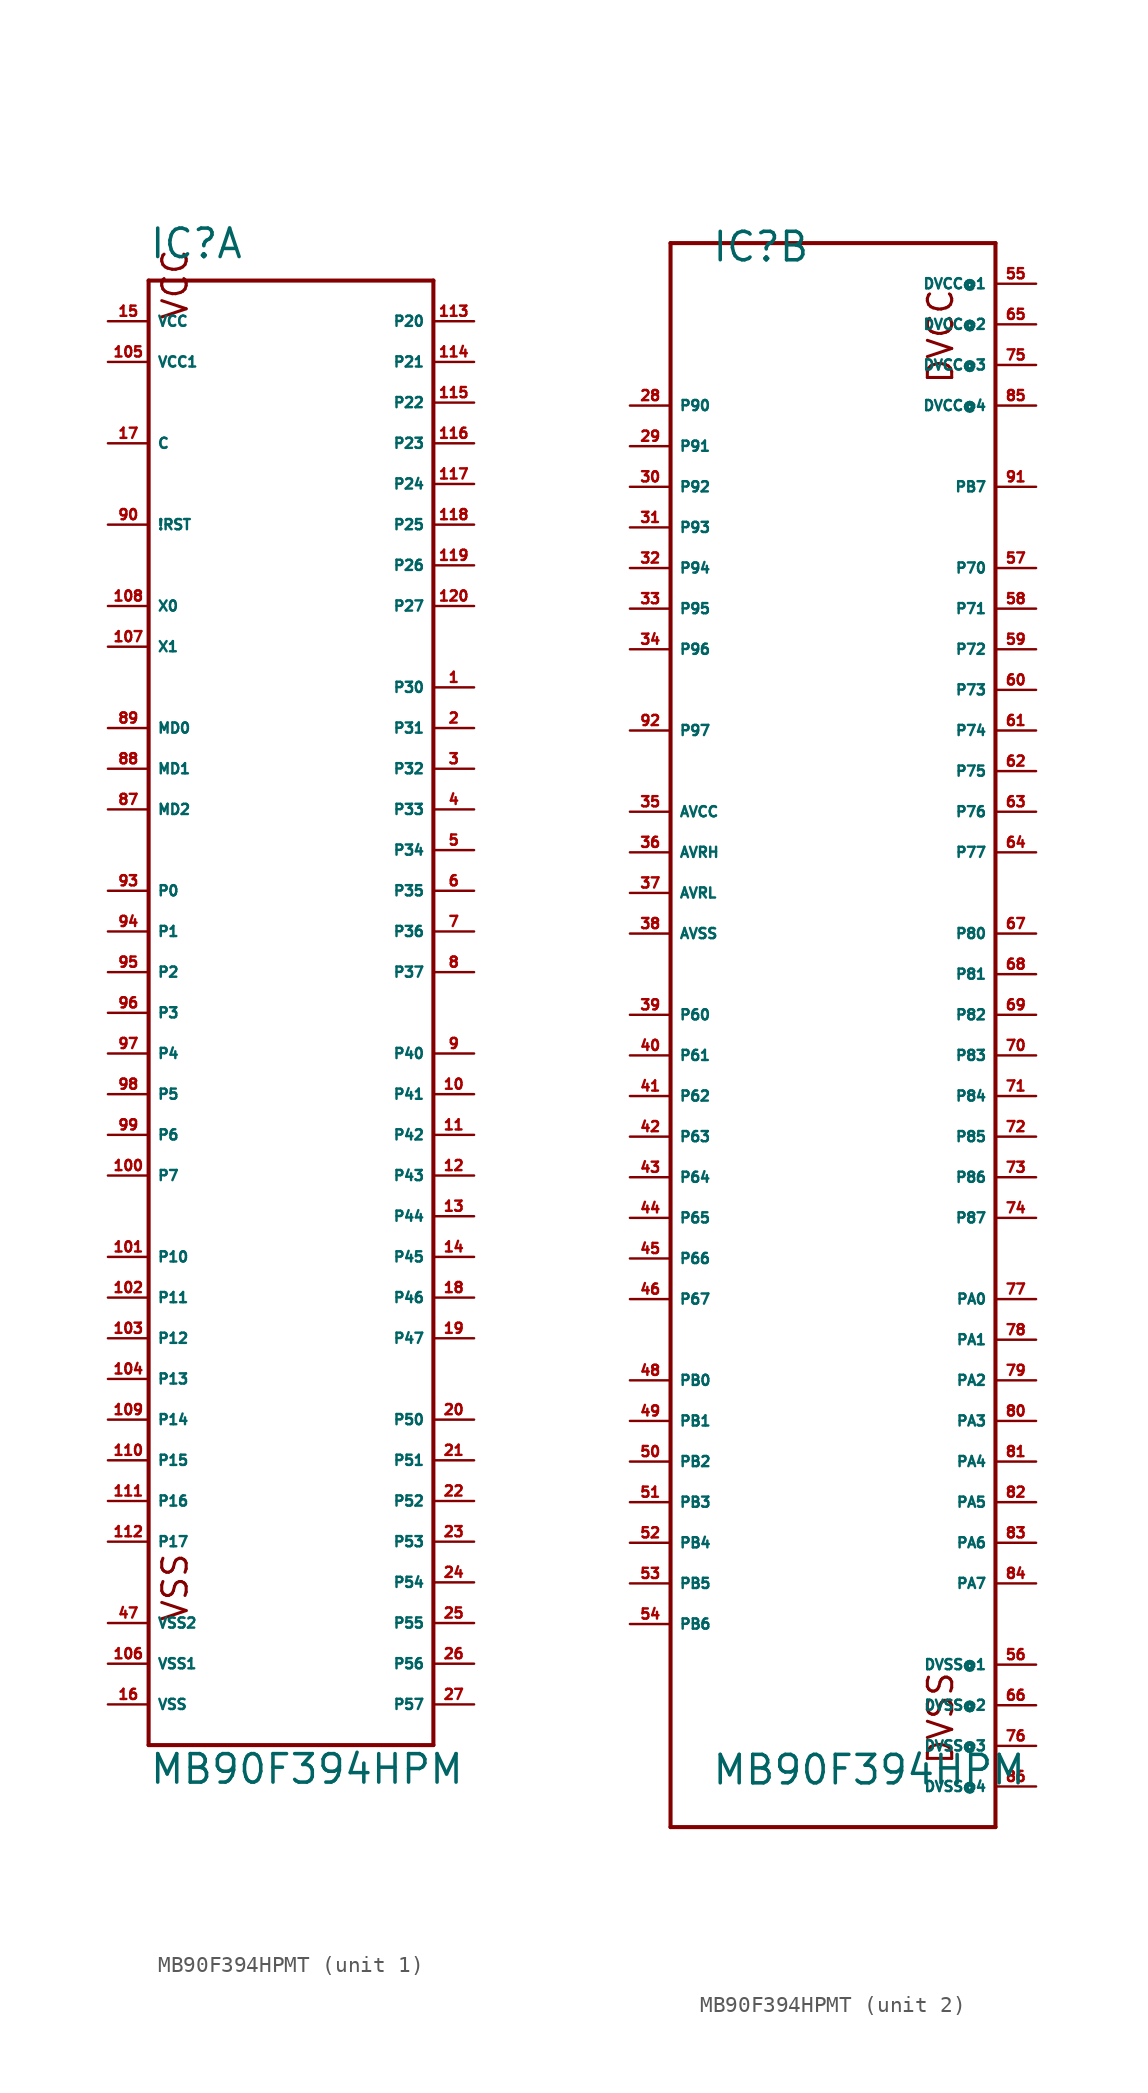
<source format=kicad_sym>
(kicad_symbol_lib
  (version 20220914)
  (generator Eagle2Kicad)
  (symbol "MB90F394HPMT"
    (property "Reference" "IC"
      (at -7.62 46.99 0)
      (effects (font (size 1.778 1.778) (thickness 0.22)) (justify left bottom)))
    (property "Value" "MB90F394HPM"
      (at -7.62 -48.26 0)
      (effects (font (size 1.778 1.778) (thickness 0.22)) (justify left bottom)))
    (symbol "MB90F394HPMT_1_0"
      (polyline (pts (xy -7.62 45.72) (xy -7.62 -45.72)) (stroke (width 0.254) (type default)) (fill (type none)))
      (polyline (pts (xy -7.62 -45.72) (xy 10.16 -45.72)) (stroke (width 0.254) (type default)) (fill (type none)))
      (polyline (pts (xy 10.16 -45.72) (xy 10.16 45.72)) (stroke (width 0.254) (type default)) (fill (type none)))
      (polyline (pts (xy 10.16 45.72) (xy -7.62 45.72)) (stroke (width 0.254) (type default)) (fill (type none)))
      (text "VCC" (at -5.08 43.18 2700) (effects (font (size 1.524 1.524) (thickness 0.19)) (justify left bottom)))
      (text "VSS" (at -5.08 -38.1 2700) (effects (font (size 1.524 1.524) (thickness 0.19)) (justify left bottom)))
      (pin bidirectional line (at -10.16 -15.24 0) (length 2.54) (name "P10" (effects (font (size 0.635 0.635) (thickness 0.08)) (justify left bottom))) (number "101" (effects (font (size 0.635 0.635) (thickness 0.08)) (justify left bottom))))
      (pin bidirectional line (at -10.16 -17.78 0) (length 2.54) (name "P11" (effects (font (size 0.635 0.635) (thickness 0.08)) (justify left bottom))) (number "102" (effects (font (size 0.635 0.635) (thickness 0.08)) (justify left bottom))))
      (pin bidirectional line (at -10.16 -20.32 0) (length 2.54) (name "P12" (effects (font (size 0.635 0.635) (thickness 0.08)) (justify left bottom))) (number "103" (effects (font (size 0.635 0.635) (thickness 0.08)) (justify left bottom))))
      (pin bidirectional line (at -10.16 -22.86 0) (length 2.54) (name "P13" (effects (font (size 0.635 0.635) (thickness 0.08)) (justify left bottom))) (number "104" (effects (font (size 0.635 0.635) (thickness 0.08)) (justify left bottom))))
      (pin bidirectional line (at -10.16 -25.4 0) (length 2.54) (name "P14" (effects (font (size 0.635 0.635) (thickness 0.08)) (justify left bottom))) (number "109" (effects (font (size 0.635 0.635) (thickness 0.08)) (justify left bottom))))
      (pin bidirectional line (at -10.16 -27.94 0) (length 2.54) (name "P15" (effects (font (size 0.635 0.635) (thickness 0.08)) (justify left bottom))) (number "110" (effects (font (size 0.635 0.635) (thickness 0.08)) (justify left bottom))))
      (pin bidirectional line (at -10.16 -30.48 0) (length 2.54) (name "P16" (effects (font (size 0.635 0.635) (thickness 0.08)) (justify left bottom))) (number "111" (effects (font (size 0.635 0.635) (thickness 0.08)) (justify left bottom))))
      (pin bidirectional line (at -10.16 -33.02 0) (length 2.54) (name "P17" (effects (font (size 0.635 0.635) (thickness 0.08)) (justify left bottom))) (number "112" (effects (font (size 0.635 0.635) (thickness 0.08)) (justify left bottom))))
      (pin bidirectional line (at 12.7 43.18 180) (length 2.54) (name "P20" (effects (font (size 0.635 0.635) (thickness 0.08)) (justify left bottom))) (number "113" (effects (font (size 0.635 0.635) (thickness 0.08)) (justify left bottom))))
      (pin bidirectional line (at 12.7 40.64 180) (length 2.54) (name "P21" (effects (font (size 0.635 0.635) (thickness 0.08)) (justify left bottom))) (number "114" (effects (font (size 0.635 0.635) (thickness 0.08)) (justify left bottom))))
      (pin bidirectional line (at 12.7 38.1 180) (length 2.54) (name "P22" (effects (font (size 0.635 0.635) (thickness 0.08)) (justify left bottom))) (number "115" (effects (font (size 0.635 0.635) (thickness 0.08)) (justify left bottom))))
      (pin bidirectional line (at 12.7 35.56 180) (length 2.54) (name "P23" (effects (font (size 0.635 0.635) (thickness 0.08)) (justify left bottom))) (number "116" (effects (font (size 0.635 0.635) (thickness 0.08)) (justify left bottom))))
      (pin bidirectional line (at 12.7 33.02 180) (length 2.54) (name "P24" (effects (font (size 0.635 0.635) (thickness 0.08)) (justify left bottom))) (number "117" (effects (font (size 0.635 0.635) (thickness 0.08)) (justify left bottom))))
      (pin bidirectional line (at 12.7 30.48 180) (length 2.54) (name "P25" (effects (font (size 0.635 0.635) (thickness 0.08)) (justify left bottom))) (number "118" (effects (font (size 0.635 0.635) (thickness 0.08)) (justify left bottom))))
      (pin bidirectional line (at 12.7 27.94 180) (length 2.54) (name "P26" (effects (font (size 0.635 0.635) (thickness 0.08)) (justify left bottom))) (number "119" (effects (font (size 0.635 0.635) (thickness 0.08)) (justify left bottom))))
      (pin bidirectional line (at 12.7 25.4 180) (length 2.54) (name "P27" (effects (font (size 0.635 0.635) (thickness 0.08)) (justify left bottom))) (number "120" (effects (font (size 0.635 0.635) (thickness 0.08)) (justify left bottom))))
      (pin bidirectional line (at 12.7 20.32 180) (length 2.54) (name "P30" (effects (font (size 0.635 0.635) (thickness 0.08)) (justify left bottom))) (number "1" (effects (font (size 0.635 0.635) (thickness 0.08)) (justify left bottom))))
      (pin bidirectional line (at 12.7 17.78 180) (length 2.54) (name "P31" (effects (font (size 0.635 0.635) (thickness 0.08)) (justify left bottom))) (number "2" (effects (font (size 0.635 0.635) (thickness 0.08)) (justify left bottom))))
      (pin bidirectional line (at 12.7 15.24 180) (length 2.54) (name "P32" (effects (font (size 0.635 0.635) (thickness 0.08)) (justify left bottom))) (number "3" (effects (font (size 0.635 0.635) (thickness 0.08)) (justify left bottom))))
      (pin bidirectional line (at 12.7 12.7 180) (length 2.54) (name "P33" (effects (font (size 0.635 0.635) (thickness 0.08)) (justify left bottom))) (number "4" (effects (font (size 0.635 0.635) (thickness 0.08)) (justify left bottom))))
      (pin bidirectional line (at 12.7 10.16 180) (length 2.54) (name "P34" (effects (font (size 0.635 0.635) (thickness 0.08)) (justify left bottom))) (number "5" (effects (font (size 0.635 0.635) (thickness 0.08)) (justify left bottom))))
      (pin bidirectional line (at 12.7 7.62 180) (length 2.54) (name "P35" (effects (font (size 0.635 0.635) (thickness 0.08)) (justify left bottom))) (number "6" (effects (font (size 0.635 0.635) (thickness 0.08)) (justify left bottom))))
      (pin bidirectional line (at 12.7 5.08 180) (length 2.54) (name "P36" (effects (font (size 0.635 0.635) (thickness 0.08)) (justify left bottom))) (number "7" (effects (font (size 0.635 0.635) (thickness 0.08)) (justify left bottom))))
      (pin bidirectional line (at 12.7 2.54 180) (length 2.54) (name "P37" (effects (font (size 0.635 0.635) (thickness 0.08)) (justify left bottom))) (number "8" (effects (font (size 0.635 0.635) (thickness 0.08)) (justify left bottom))))
      (pin bidirectional line (at 12.7 -2.54 180) (length 2.54) (name "P40" (effects (font (size 0.635 0.635) (thickness 0.08)) (justify left bottom))) (number "9" (effects (font (size 0.635 0.635) (thickness 0.08)) (justify left bottom))))
      (pin bidirectional line (at 12.7 -5.08 180) (length 2.54) (name "P41" (effects (font (size 0.635 0.635) (thickness 0.08)) (justify left bottom))) (number "10" (effects (font (size 0.635 0.635) (thickness 0.08)) (justify left bottom))))
      (pin bidirectional line (at 12.7 -7.62 180) (length 2.54) (name "P42" (effects (font (size 0.635 0.635) (thickness 0.08)) (justify left bottom))) (number "11" (effects (font (size 0.635 0.635) (thickness 0.08)) (justify left bottom))))
      (pin bidirectional line (at 12.7 -10.16 180) (length 2.54) (name "P43" (effects (font (size 0.635 0.635) (thickness 0.08)) (justify left bottom))) (number "12" (effects (font (size 0.635 0.635) (thickness 0.08)) (justify left bottom))))
      (pin bidirectional line (at 12.7 -12.7 180) (length 2.54) (name "P44" (effects (font (size 0.635 0.635) (thickness 0.08)) (justify left bottom))) (number "13" (effects (font (size 0.635 0.635) (thickness 0.08)) (justify left bottom))))
      (pin bidirectional line (at 12.7 -15.24 180) (length 2.54) (name "P45" (effects (font (size 0.635 0.635) (thickness 0.08)) (justify left bottom))) (number "14" (effects (font (size 0.635 0.635) (thickness 0.08)) (justify left bottom))))
      (pin bidirectional line (at 12.7 -17.78 180) (length 2.54) (name "P46" (effects (font (size 0.635 0.635) (thickness 0.08)) (justify left bottom))) (number "18" (effects (font (size 0.635 0.635) (thickness 0.08)) (justify left bottom))))
      (pin bidirectional line (at 12.7 -20.32 180) (length 2.54) (name "P47" (effects (font (size 0.635 0.635) (thickness 0.08)) (justify left bottom))) (number "19" (effects (font (size 0.635 0.635) (thickness 0.08)) (justify left bottom))))
      (pin bidirectional line (at 12.7 -25.4 180) (length 2.54) (name "P50" (effects (font (size 0.635 0.635) (thickness 0.08)) (justify left bottom))) (number "20" (effects (font (size 0.635 0.635) (thickness 0.08)) (justify left bottom))))
      (pin bidirectional line (at 12.7 -27.94 180) (length 2.54) (name "P51" (effects (font (size 0.635 0.635) (thickness 0.08)) (justify left bottom))) (number "21" (effects (font (size 0.635 0.635) (thickness 0.08)) (justify left bottom))))
      (pin bidirectional line (at 12.7 -30.48 180) (length 2.54) (name "P52" (effects (font (size 0.635 0.635) (thickness 0.08)) (justify left bottom))) (number "22" (effects (font (size 0.635 0.635) (thickness 0.08)) (justify left bottom))))
      (pin bidirectional line (at 12.7 -33.02 180) (length 2.54) (name "P53" (effects (font (size 0.635 0.635) (thickness 0.08)) (justify left bottom))) (number "23" (effects (font (size 0.635 0.635) (thickness 0.08)) (justify left bottom))))
      (pin bidirectional line (at 12.7 -35.56 180) (length 2.54) (name "P54" (effects (font (size 0.635 0.635) (thickness 0.08)) (justify left bottom))) (number "24" (effects (font (size 0.635 0.635) (thickness 0.08)) (justify left bottom))))
      (pin bidirectional line (at 12.7 -38.1 180) (length 2.54) (name "P55" (effects (font (size 0.635 0.635) (thickness 0.08)) (justify left bottom))) (number "25" (effects (font (size 0.635 0.635) (thickness 0.08)) (justify left bottom))))
      (pin bidirectional line (at 12.7 -40.64 180) (length 2.54) (name "P56" (effects (font (size 0.635 0.635) (thickness 0.08)) (justify left bottom))) (number "26" (effects (font (size 0.635 0.635) (thickness 0.08)) (justify left bottom))))
      (pin bidirectional line (at 12.7 -43.18 180) (length 2.54) (name "P57" (effects (font (size 0.635 0.635) (thickness 0.08)) (justify left bottom))) (number "27" (effects (font (size 0.635 0.635) (thickness 0.08)) (justify left bottom))))
      (pin bidirectional line (at -10.16 7.62 0) (length 2.54) (name "P0" (effects (font (size 0.635 0.635) (thickness 0.08)) (justify left bottom))) (number "93" (effects (font (size 0.635 0.635) (thickness 0.08)) (justify left bottom))))
      (pin bidirectional line (at -10.16 5.08 0) (length 2.54) (name "P1" (effects (font (size 0.635 0.635) (thickness 0.08)) (justify left bottom))) (number "94" (effects (font (size 0.635 0.635) (thickness 0.08)) (justify left bottom))))
      (pin bidirectional line (at -10.16 2.54 0) (length 2.54) (name "P2" (effects (font (size 0.635 0.635) (thickness 0.08)) (justify left bottom))) (number "95" (effects (font (size 0.635 0.635) (thickness 0.08)) (justify left bottom))))
      (pin bidirectional line (at -10.16 0 0) (length 2.54) (name "P3" (effects (font (size 0.635 0.635) (thickness 0.08)) (justify left bottom))) (number "96" (effects (font (size 0.635 0.635) (thickness 0.08)) (justify left bottom))))
      (pin bidirectional line (at -10.16 -2.54 0) (length 2.54) (name "P4" (effects (font (size 0.635 0.635) (thickness 0.08)) (justify left bottom))) (number "97" (effects (font (size 0.635 0.635) (thickness 0.08)) (justify left bottom))))
      (pin bidirectional line (at -10.16 -5.08 0) (length 2.54) (name "P5" (effects (font (size 0.635 0.635) (thickness 0.08)) (justify left bottom))) (number "98" (effects (font (size 0.635 0.635) (thickness 0.08)) (justify left bottom))))
      (pin bidirectional line (at -10.16 -7.62 0) (length 2.54) (name "P6" (effects (font (size 0.635 0.635) (thickness 0.08)) (justify left bottom))) (number "99" (effects (font (size 0.635 0.635) (thickness 0.08)) (justify left bottom))))
      (pin bidirectional line (at -10.16 -10.16 0) (length 2.54) (name "P7" (effects (font (size 0.635 0.635) (thickness 0.08)) (justify left bottom))) (number "100" (effects (font (size 0.635 0.635) (thickness 0.08)) (justify left bottom))))
      (pin input line (at -10.16 17.78 0) (length 2.54) (name "MD0" (effects (font (size 0.635 0.635) (thickness 0.08)) (justify left bottom))) (number "89" (effects (font (size 0.635 0.635) (thickness 0.08)) (justify left bottom))))
      (pin input line (at -10.16 15.24 0) (length 2.54) (name "MD1" (effects (font (size 0.635 0.635) (thickness 0.08)) (justify left bottom))) (number "88" (effects (font (size 0.635 0.635) (thickness 0.08)) (justify left bottom))))
      (pin input line (at -10.16 12.7 0) (length 2.54) (name "MD2" (effects (font (size 0.635 0.635) (thickness 0.08)) (justify left bottom))) (number "87" (effects (font (size 0.635 0.635) (thickness 0.08)) (justify left bottom))))
      (pin input line (at -10.16 30.48 0) (length 2.54) (name "!RST" (effects (font (size 0.635 0.635) (thickness 0.08)) (justify left bottom))) (number "90" (effects (font (size 0.635 0.635) (thickness 0.08)) (justify left bottom))))
      (pin input line (at -10.16 25.4 0) (length 2.54) (name "X0" (effects (font (size 0.635 0.635) (thickness 0.08)) (justify left bottom))) (number "108" (effects (font (size 0.635 0.635) (thickness 0.08)) (justify left bottom))))
      (pin output line (at -10.16 22.86 0) (length 2.54) (name "X1" (effects (font (size 0.635 0.635) (thickness 0.08)) (justify left bottom))) (number "107" (effects (font (size 0.635 0.635) (thickness 0.08)) (justify left bottom))))
      (pin input line (at -10.16 35.56 0) (length 2.54) (name "C" (effects (font (size 0.635 0.635) (thickness 0.08)) (justify left bottom))) (number "17" (effects (font (size 0.635 0.635) (thickness 0.08)) (justify left bottom))))
      (pin unspecified line (at -10.16 43.18 0) (length 2.54) (name "VCC" (effects (font (size 0.635 0.635) (thickness 0.08)) (justify left bottom))) (number "15" (effects (font (size 0.635 0.635) (thickness 0.08)) (justify left bottom))))
      (pin unspecified line (at -10.16 -43.18 0) (length 2.54) (name "VSS" (effects (font (size 0.635 0.635) (thickness 0.08)) (justify left bottom))) (number "16" (effects (font (size 0.635 0.635) (thickness 0.08)) (justify left bottom))))
      (pin unspecified line (at -10.16 40.64 0) (length 2.54) (name "VCC1" (effects (font (size 0.635 0.635) (thickness 0.08)) (justify left bottom))) (number "105" (effects (font (size 0.635 0.635) (thickness 0.08)) (justify left bottom))))
      (pin unspecified line (at -10.16 -40.64 0) (length 2.54) (name "VSS1" (effects (font (size 0.635 0.635) (thickness 0.08)) (justify left bottom))) (number "106" (effects (font (size 0.635 0.635) (thickness 0.08)) (justify left bottom))))
      (pin unspecified line (at -10.16 -38.1 0) (length 2.54) (name "VSS2" (effects (font (size 0.635 0.635) (thickness 0.08)) (justify left bottom))) (number "47" (effects (font (size 0.635 0.635) (thickness 0.08)) (justify left bottom)))))
    (symbol "MB90F394HPMT_2_0"
      (polyline (pts (xy -10.16 48.26) (xy -10.16 -50.8)) (stroke (width 0.254) (type default)) (fill (type none)))
      (polyline (pts (xy -10.16 -50.8) (xy 10.16 -50.8)) (stroke (width 0.254) (type default)) (fill (type none)))
      (polyline (pts (xy 10.16 -50.8) (xy 10.16 48.26)) (stroke (width 0.254) (type default)) (fill (type none)))
      (polyline (pts (xy 10.16 48.26) (xy -10.16 48.26)) (stroke (width 0.254) (type default)) (fill (type none)))
      (text "DVCC" (at 7.62 39.37 900) (effects (font (size 1.524 1.524) (thickness 0.19)) (justify left bottom)))
      (text "DVSS" (at 7.62 -46.99 900) (effects (font (size 1.524 1.524) (thickness 0.19)) (justify left bottom)))
      (pin bidirectional line (at -12.7 0 0) (length 2.54) (name "P60" (effects (font (size 0.635 0.635) (thickness 0.08)) (justify left bottom))) (number "39" (effects (font (size 0.635 0.635) (thickness 0.08)) (justify left bottom))))
      (pin bidirectional line (at -12.7 -2.54 0) (length 2.54) (name "P61" (effects (font (size 0.635 0.635) (thickness 0.08)) (justify left bottom))) (number "40" (effects (font (size 0.635 0.635) (thickness 0.08)) (justify left bottom))))
      (pin bidirectional line (at -12.7 -5.08 0) (length 2.54) (name "P62" (effects (font (size 0.635 0.635) (thickness 0.08)) (justify left bottom))) (number "41" (effects (font (size 0.635 0.635) (thickness 0.08)) (justify left bottom))))
      (pin bidirectional line (at -12.7 -7.62 0) (length 2.54) (name "P63" (effects (font (size 0.635 0.635) (thickness 0.08)) (justify left bottom))) (number "42" (effects (font (size 0.635 0.635) (thickness 0.08)) (justify left bottom))))
      (pin bidirectional line (at -12.7 -10.16 0) (length 2.54) (name "P64" (effects (font (size 0.635 0.635) (thickness 0.08)) (justify left bottom))) (number "43" (effects (font (size 0.635 0.635) (thickness 0.08)) (justify left bottom))))
      (pin bidirectional line (at -12.7 -12.7 0) (length 2.54) (name "P65" (effects (font (size 0.635 0.635) (thickness 0.08)) (justify left bottom))) (number "44" (effects (font (size 0.635 0.635) (thickness 0.08)) (justify left bottom))))
      (pin bidirectional line (at -12.7 -15.24 0) (length 2.54) (name "P66" (effects (font (size 0.635 0.635) (thickness 0.08)) (justify left bottom))) (number "45" (effects (font (size 0.635 0.635) (thickness 0.08)) (justify left bottom))))
      (pin bidirectional line (at -12.7 -17.78 0) (length 2.54) (name "P67" (effects (font (size 0.635 0.635) (thickness 0.08)) (justify left bottom))) (number "46" (effects (font (size 0.635 0.635) (thickness 0.08)) (justify left bottom))))
      (pin bidirectional line (at 12.7 27.94 180) (length 2.54) (name "P70" (effects (font (size 0.635 0.635) (thickness 0.08)) (justify left bottom))) (number "57" (effects (font (size 0.635 0.635) (thickness 0.08)) (justify left bottom))))
      (pin bidirectional line (at 12.7 25.4 180) (length 2.54) (name "P71" (effects (font (size 0.635 0.635) (thickness 0.08)) (justify left bottom))) (number "58" (effects (font (size 0.635 0.635) (thickness 0.08)) (justify left bottom))))
      (pin bidirectional line (at 12.7 22.86 180) (length 2.54) (name "P72" (effects (font (size 0.635 0.635) (thickness 0.08)) (justify left bottom))) (number "59" (effects (font (size 0.635 0.635) (thickness 0.08)) (justify left bottom))))
      (pin bidirectional line (at 12.7 20.32 180) (length 2.54) (name "P73" (effects (font (size 0.635 0.635) (thickness 0.08)) (justify left bottom))) (number "60" (effects (font (size 0.635 0.635) (thickness 0.08)) (justify left bottom))))
      (pin bidirectional line (at 12.7 17.78 180) (length 2.54) (name "P74" (effects (font (size 0.635 0.635) (thickness 0.08)) (justify left bottom))) (number "61" (effects (font (size 0.635 0.635) (thickness 0.08)) (justify left bottom))))
      (pin bidirectional line (at 12.7 15.24 180) (length 2.54) (name "P75" (effects (font (size 0.635 0.635) (thickness 0.08)) (justify left bottom))) (number "62" (effects (font (size 0.635 0.635) (thickness 0.08)) (justify left bottom))))
      (pin bidirectional line (at 12.7 12.7 180) (length 2.54) (name "P76" (effects (font (size 0.635 0.635) (thickness 0.08)) (justify left bottom))) (number "63" (effects (font (size 0.635 0.635) (thickness 0.08)) (justify left bottom))))
      (pin bidirectional line (at 12.7 10.16 180) (length 2.54) (name "P77" (effects (font (size 0.635 0.635) (thickness 0.08)) (justify left bottom))) (number "64" (effects (font (size 0.635 0.635) (thickness 0.08)) (justify left bottom))))
      (pin bidirectional line (at 12.7 5.08 180) (length 2.54) (name "P80" (effects (font (size 0.635 0.635) (thickness 0.08)) (justify left bottom))) (number "67" (effects (font (size 0.635 0.635) (thickness 0.08)) (justify left bottom))))
      (pin bidirectional line (at 12.7 2.54 180) (length 2.54) (name "P81" (effects (font (size 0.635 0.635) (thickness 0.08)) (justify left bottom))) (number "68" (effects (font (size 0.635 0.635) (thickness 0.08)) (justify left bottom))))
      (pin bidirectional line (at 12.7 0 180) (length 2.54) (name "P82" (effects (font (size 0.635 0.635) (thickness 0.08)) (justify left bottom))) (number "69" (effects (font (size 0.635 0.635) (thickness 0.08)) (justify left bottom))))
      (pin bidirectional line (at 12.7 -2.54 180) (length 2.54) (name "P83" (effects (font (size 0.635 0.635) (thickness 0.08)) (justify left bottom))) (number "70" (effects (font (size 0.635 0.635) (thickness 0.08)) (justify left bottom))))
      (pin bidirectional line (at 12.7 -5.08 180) (length 2.54) (name "P84" (effects (font (size 0.635 0.635) (thickness 0.08)) (justify left bottom))) (number "71" (effects (font (size 0.635 0.635) (thickness 0.08)) (justify left bottom))))
      (pin bidirectional line (at 12.7 -7.62 180) (length 2.54) (name "P85" (effects (font (size 0.635 0.635) (thickness 0.08)) (justify left bottom))) (number "72" (effects (font (size 0.635 0.635) (thickness 0.08)) (justify left bottom))))
      (pin bidirectional line (at 12.7 -10.16 180) (length 2.54) (name "P86" (effects (font (size 0.635 0.635) (thickness 0.08)) (justify left bottom))) (number "73" (effects (font (size 0.635 0.635) (thickness 0.08)) (justify left bottom))))
      (pin bidirectional line (at 12.7 -12.7 180) (length 2.54) (name "P87" (effects (font (size 0.635 0.635) (thickness 0.08)) (justify left bottom))) (number "74" (effects (font (size 0.635 0.635) (thickness 0.08)) (justify left bottom))))
      (pin bidirectional line (at 12.7 -17.78 180) (length 2.54) (name "PA0" (effects (font (size 0.635 0.635) (thickness 0.08)) (justify left bottom))) (number "77" (effects (font (size 0.635 0.635) (thickness 0.08)) (justify left bottom))))
      (pin bidirectional line (at 12.7 -20.32 180) (length 2.54) (name "PA1" (effects (font (size 0.635 0.635) (thickness 0.08)) (justify left bottom))) (number "78" (effects (font (size 0.635 0.635) (thickness 0.08)) (justify left bottom))))
      (pin bidirectional line (at 12.7 -22.86 180) (length 2.54) (name "PA2" (effects (font (size 0.635 0.635) (thickness 0.08)) (justify left bottom))) (number "79" (effects (font (size 0.635 0.635) (thickness 0.08)) (justify left bottom))))
      (pin bidirectional line (at 12.7 -25.4 180) (length 2.54) (name "PA3" (effects (font (size 0.635 0.635) (thickness 0.08)) (justify left bottom))) (number "80" (effects (font (size 0.635 0.635) (thickness 0.08)) (justify left bottom))))
      (pin bidirectional line (at 12.7 -27.94 180) (length 2.54) (name "PA4" (effects (font (size 0.635 0.635) (thickness 0.08)) (justify left bottom))) (number "81" (effects (font (size 0.635 0.635) (thickness 0.08)) (justify left bottom))))
      (pin bidirectional line (at 12.7 -30.48 180) (length 2.54) (name "PA5" (effects (font (size 0.635 0.635) (thickness 0.08)) (justify left bottom))) (number "82" (effects (font (size 0.635 0.635) (thickness 0.08)) (justify left bottom))))
      (pin bidirectional line (at 12.7 -33.02 180) (length 2.54) (name "PA6" (effects (font (size 0.635 0.635) (thickness 0.08)) (justify left bottom))) (number "83" (effects (font (size 0.635 0.635) (thickness 0.08)) (justify left bottom))))
      (pin bidirectional line (at 12.7 -35.56 180) (length 2.54) (name "PA7" (effects (font (size 0.635 0.635) (thickness 0.08)) (justify left bottom))) (number "84" (effects (font (size 0.635 0.635) (thickness 0.08)) (justify left bottom))))
      (pin bidirectional line (at 12.7 33.02 180) (length 2.54) (name "PB7" (effects (font (size 0.635 0.635) (thickness 0.08)) (justify left bottom))) (number "91" (effects (font (size 0.635 0.635) (thickness 0.08)) (justify left bottom))))
      (pin bidirectional line (at -12.7 17.78 0) (length 2.54) (name "P97" (effects (font (size 0.635 0.635) (thickness 0.08)) (justify left bottom))) (number "92" (effects (font (size 0.635 0.635) (thickness 0.08)) (justify left bottom))))
      (pin unspecified line (at -12.7 5.08 0) (length 2.54) (name "AVSS" (effects (font (size 0.635 0.635) (thickness 0.08)) (justify left bottom))) (number "38" (effects (font (size 0.635 0.635) (thickness 0.08)) (justify left bottom))))
      (pin input line (at -12.7 7.62 0) (length 2.54) (name "AVRL" (effects (font (size 0.635 0.635) (thickness 0.08)) (justify left bottom))) (number "37" (effects (font (size 0.635 0.635) (thickness 0.08)) (justify left bottom))))
      (pin input line (at -12.7 10.16 0) (length 2.54) (name "AVRH" (effects (font (size 0.635 0.635) (thickness 0.08)) (justify left bottom))) (number "36" (effects (font (size 0.635 0.635) (thickness 0.08)) (justify left bottom))))
      (pin unspecified line (at -12.7 12.7 0) (length 2.54) (name "AVCC" (effects (font (size 0.635 0.635) (thickness 0.08)) (justify left bottom))) (number "35" (effects (font (size 0.635 0.635) (thickness 0.08)) (justify left bottom))))
      (pin bidirectional line (at -12.7 38.1 0) (length 2.54) (name "P90" (effects (font (size 0.635 0.635) (thickness 0.08)) (justify left bottom))) (number "28" (effects (font (size 0.635 0.635) (thickness 0.08)) (justify left bottom))))
      (pin bidirectional line (at -12.7 35.56 0) (length 2.54) (name "P91" (effects (font (size 0.635 0.635) (thickness 0.08)) (justify left bottom))) (number "29" (effects (font (size 0.635 0.635) (thickness 0.08)) (justify left bottom))))
      (pin bidirectional line (at -12.7 33.02 0) (length 2.54) (name "P92" (effects (font (size 0.635 0.635) (thickness 0.08)) (justify left bottom))) (number "30" (effects (font (size 0.635 0.635) (thickness 0.08)) (justify left bottom))))
      (pin bidirectional line (at -12.7 30.48 0) (length 2.54) (name "P93" (effects (font (size 0.635 0.635) (thickness 0.08)) (justify left bottom))) (number "31" (effects (font (size 0.635 0.635) (thickness 0.08)) (justify left bottom))))
      (pin bidirectional line (at -12.7 27.94 0) (length 2.54) (name "P94" (effects (font (size 0.635 0.635) (thickness 0.08)) (justify left bottom))) (number "32" (effects (font (size 0.635 0.635) (thickness 0.08)) (justify left bottom))))
      (pin bidirectional line (at -12.7 25.4 0) (length 2.54) (name "P95" (effects (font (size 0.635 0.635) (thickness 0.08)) (justify left bottom))) (number "33" (effects (font (size 0.635 0.635) (thickness 0.08)) (justify left bottom))))
      (pin bidirectional line (at -12.7 22.86 0) (length 2.54) (name "P96" (effects (font (size 0.635 0.635) (thickness 0.08)) (justify left bottom))) (number "34" (effects (font (size 0.635 0.635) (thickness 0.08)) (justify left bottom))))
      (pin bidirectional line (at -12.7 -22.86 0) (length 2.54) (name "PB0" (effects (font (size 0.635 0.635) (thickness 0.08)) (justify left bottom))) (number "48" (effects (font (size 0.635 0.635) (thickness 0.08)) (justify left bottom))))
      (pin bidirectional line (at -12.7 -25.4 0) (length 2.54) (name "PB1" (effects (font (size 0.635 0.635) (thickness 0.08)) (justify left bottom))) (number "49" (effects (font (size 0.635 0.635) (thickness 0.08)) (justify left bottom))))
      (pin bidirectional line (at -12.7 -27.94 0) (length 2.54) (name "PB2" (effects (font (size 0.635 0.635) (thickness 0.08)) (justify left bottom))) (number "50" (effects (font (size 0.635 0.635) (thickness 0.08)) (justify left bottom))))
      (pin bidirectional line (at -12.7 -30.48 0) (length 2.54) (name "PB3" (effects (font (size 0.635 0.635) (thickness 0.08)) (justify left bottom))) (number "51" (effects (font (size 0.635 0.635) (thickness 0.08)) (justify left bottom))))
      (pin bidirectional line (at -12.7 -33.02 0) (length 2.54) (name "PB4" (effects (font (size 0.635 0.635) (thickness 0.08)) (justify left bottom))) (number "52" (effects (font (size 0.635 0.635) (thickness 0.08)) (justify left bottom))))
      (pin bidirectional line (at -12.7 -35.56 0) (length 2.54) (name "PB5" (effects (font (size 0.635 0.635) (thickness 0.08)) (justify left bottom))) (number "53" (effects (font (size 0.635 0.635) (thickness 0.08)) (justify left bottom))))
      (pin bidirectional line (at -12.7 -38.1 0) (length 2.54) (name "PB6" (effects (font (size 0.635 0.635) (thickness 0.08)) (justify left bottom))) (number "54" (effects (font (size 0.635 0.635) (thickness 0.08)) (justify left bottom))))
      (pin unspecified line (at 12.7 45.72 180) (length 2.54) (name "DVCC@1" (effects (font (size 0.635 0.635) (thickness 0.08)) (justify left bottom))) (number "55" (effects (font (size 0.635 0.635) (thickness 0.08)) (justify left bottom))))
      (pin unspecified line (at 12.7 43.18 180) (length 2.54) (name "DVCC@2" (effects (font (size 0.635 0.635) (thickness 0.08)) (justify left bottom))) (number "65" (effects (font (size 0.635 0.635) (thickness 0.08)) (justify left bottom))))
      (pin unspecified line (at 12.7 40.64 180) (length 2.54) (name "DVCC@3" (effects (font (size 0.635 0.635) (thickness 0.08)) (justify left bottom))) (number "75" (effects (font (size 0.635 0.635) (thickness 0.08)) (justify left bottom))))
      (pin unspecified line (at 12.7 38.1 180) (length 2.54) (name "DVCC@4" (effects (font (size 0.635 0.635) (thickness 0.08)) (justify left bottom))) (number "85" (effects (font (size 0.635 0.635) (thickness 0.08)) (justify left bottom))))
      (pin unspecified line (at 12.7 -40.64 180) (length 2.54) (name "DVSS@1" (effects (font (size 0.635 0.635) (thickness 0.08)) (justify left bottom))) (number "56" (effects (font (size 0.635 0.635) (thickness 0.08)) (justify left bottom))))
      (pin unspecified line (at 12.7 -43.18 180) (length 2.54) (name "DVSS@2" (effects (font (size 0.635 0.635) (thickness 0.08)) (justify left bottom))) (number "66" (effects (font (size 0.635 0.635) (thickness 0.08)) (justify left bottom))))
      (pin unspecified line (at 12.7 -45.72 180) (length 2.54) (name "DVSS@3" (effects (font (size 0.635 0.635) (thickness 0.08)) (justify left bottom))) (number "76" (effects (font (size 0.635 0.635) (thickness 0.08)) (justify left bottom))))
      (pin input line (at 12.7 -48.26 180) (length 2.54) (name "DVSS@4" (effects (font (size 0.635 0.635) (thickness 0.08)) (justify left bottom))) (number "86" (effects (font (size 0.635 0.635) (thickness 0.08)) (justify left bottom)))))))
</source>
